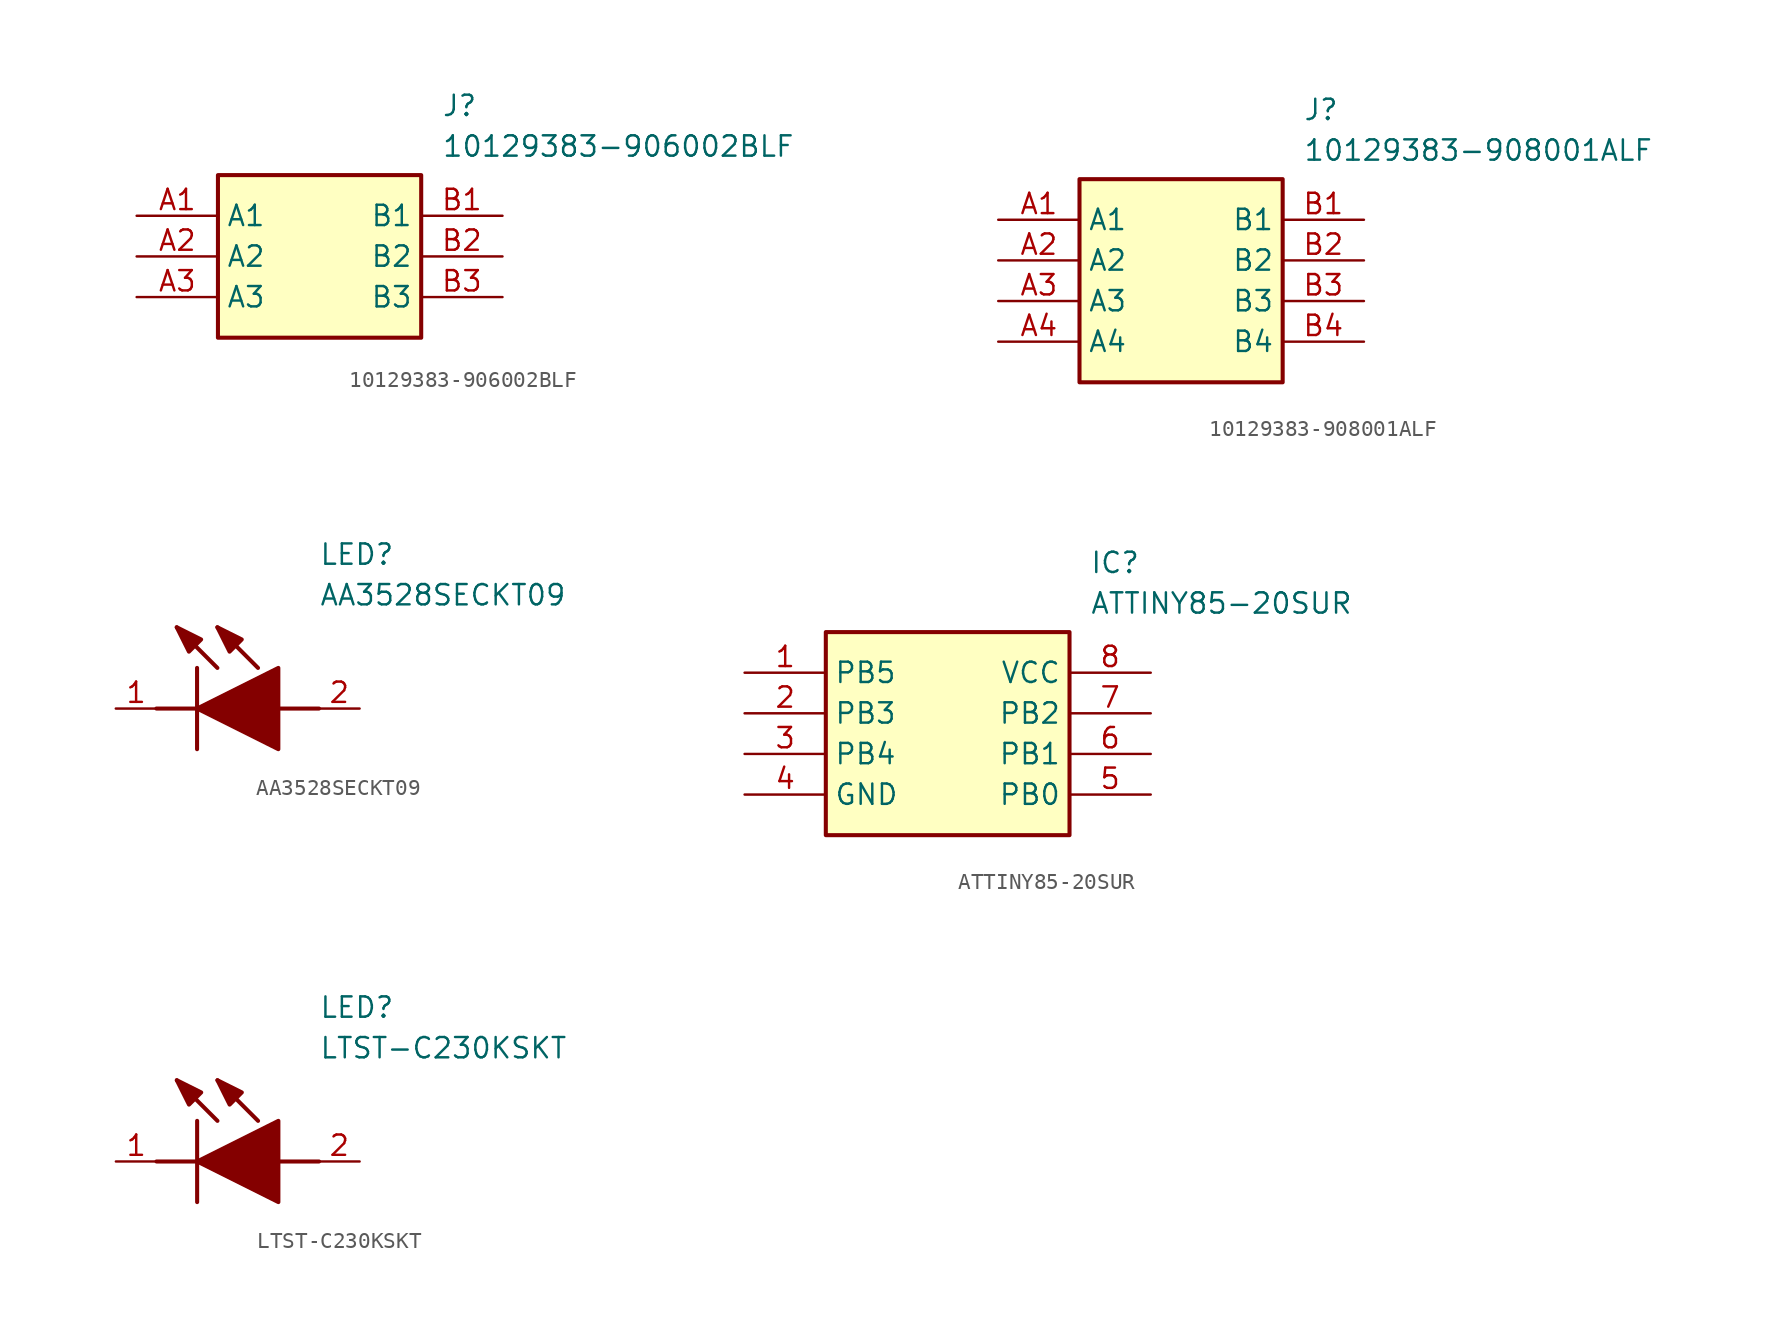
<source format=kicad_sym>
(kicad_symbol_lib
  (version 20220914)
  (generator SamacSys_ECAD_Model)
  (symbol "10129383-906002BLF"
    (property "Reference" "J"
      (at 19.05 7.62 0)
      (effects (font (size 1.27 1.27)) (justify left top)))
    (property "Value" "10129383-906002BLF"
      (at 19.05 5.08 0)
      (effects (font (size 1.27 1.27)) (justify left top)))
    (rectangle
      (start 5.08 2.54)
      (end 17.78 -7.62)
      (stroke (width 0.254) (type default))
      (fill (type background)))
    (pin passive line
      (at 0 0 0)
      (length 5.08)
      (name "A1" (effects (font (size 1.27 1.27))))
      (number "A1" (effects (font (size 1.27 1.27)))))
    (pin passive line
      (at 0 -2.54 0)
      (length 5.08)
      (name "A2" (effects (font (size 1.27 1.27))))
      (number "A2" (effects (font (size 1.27 1.27)))))
    (pin passive line
      (at 0 -5.08 0)
      (length 5.08)
      (name "A3" (effects (font (size 1.27 1.27))))
      (number "A3" (effects (font (size 1.27 1.27)))))
    (pin passive line
      (at 22.86 0 180)
      (length 5.08)
      (name "B1" (effects (font (size 1.27 1.27))))
      (number "B1" (effects (font (size 1.27 1.27)))))
    (pin passive line
      (at 22.86 -2.54 180)
      (length 5.08)
      (name "B2" (effects (font (size 1.27 1.27))))
      (number "B2" (effects (font (size 1.27 1.27)))))
    (pin passive line
      (at 22.86 -5.08 180)
      (length 5.08)
      (name "B3" (effects (font (size 1.27 1.27))))
      (number "B3" (effects (font (size 1.27 1.27))))))
  (symbol "10129383-908001ALF"
    (property "Reference" "J"
      (at 19.05 7.62 0)
      (effects (font (size 1.27 1.27)) (justify left top)))
    (property "Value" "10129383-908001ALF"
      (at 19.05 5.08 0)
      (effects (font (size 1.27 1.27)) (justify left top)))
    (rectangle
      (start 5.08 2.54)
      (end 17.78 -10.16)
      (stroke (width 0.254) (type default))
      (fill (type background)))
    (pin passive line
      (at 0 0 0)
      (length 5.08)
      (name "A1" (effects (font (size 1.27 1.27))))
      (number "A1" (effects (font (size 1.27 1.27)))))
    (pin passive line
      (at 0 -2.54 0)
      (length 5.08)
      (name "A2" (effects (font (size 1.27 1.27))))
      (number "A2" (effects (font (size 1.27 1.27)))))
    (pin passive line
      (at 0 -5.08 0)
      (length 5.08)
      (name "A3" (effects (font (size 1.27 1.27))))
      (number "A3" (effects (font (size 1.27 1.27)))))
    (pin passive line
      (at 0 -7.62 0)
      (length 5.08)
      (name "A4" (effects (font (size 1.27 1.27))))
      (number "A4" (effects (font (size 1.27 1.27)))))
    (pin passive line
      (at 22.86 0 180)
      (length 5.08)
      (name "B1" (effects (font (size 1.27 1.27))))
      (number "B1" (effects (font (size 1.27 1.27)))))
    (pin passive line
      (at 22.86 -2.54 180)
      (length 5.08)
      (name "B2" (effects (font (size 1.27 1.27))))
      (number "B2" (effects (font (size 1.27 1.27)))))
    (pin passive line
      (at 22.86 -5.08 180)
      (length 5.08)
      (name "B3" (effects (font (size 1.27 1.27))))
      (number "B3" (effects (font (size 1.27 1.27)))))
    (pin passive line
      (at 22.86 -7.62 180)
      (length 5.08)
      (name "B4" (effects (font (size 1.27 1.27))))
      (number "B4" (effects (font (size 1.27 1.27))))))
  (symbol "AA3528SECKT09"
    (pin_names hide)
    (property "Reference" "LED"
      (at 12.7 8.89 0)
      (effects (font (size 1.27 1.27)) (justify left bottom)))
    (property "Value" "AA3528SECKT09"
      (at 12.7 6.35 0)
      (effects (font (size 1.27 1.27)) (justify left bottom)))
    (polyline
      (pts (xy 5.08 2.54) (xy 5.08 -2.54))
      (stroke (width 0.254) (type default))
      (fill (type none)))
    (polyline
      (pts (xy 6.35 2.54) (xy 3.81 5.08))
      (stroke (width 0.254) (type default))
      (fill (type none)))
    (polyline
      (pts (xy 8.89 2.54) (xy 6.35 5.08))
      (stroke (width 0.254) (type default))
      (fill (type none)))
    (polyline
      (pts (xy 2.54 0) (xy 5.08 0))
      (stroke (width 0.254) (type default))
      (fill (type none)))
    (polyline
      (pts (xy 10.16 0) (xy 12.7 0))
      (stroke (width 0.254) (type default))
      (fill (type none)))
    (polyline
      (pts (xy 5.08 0) (xy 10.16 2.54) (xy 10.16 -2.54) (xy 5.08 0))
      (stroke (width 0.254) (type default))
      (fill (type outline)))
    (polyline
      (pts (xy 5.334 4.318) (xy 4.572 3.556) (xy 3.81 5.08) (xy 5.334 4.318))
      (stroke (width 0.254) (type default))
      (fill (type outline)))
    (polyline
      (pts (xy 7.874 4.318) (xy 7.112 3.556) (xy 6.35 5.08) (xy 7.874 4.318))
      (stroke (width 0.254) (type default))
      (fill (type outline)))
    (pin passive line
      (at 0 0 0)
      (length 2.54)
      (name "K" (effects (font (size 1.27 1.27))))
      (number "1" (effects (font (size 1.27 1.27)))))
    (pin passive line
      (at 15.24 0 180)
      (length 2.54)
      (name "A" (effects (font (size 1.27 1.27))))
      (number "2" (effects (font (size 1.27 1.27))))))
  (symbol "ATTINY85-20SUR"
    (property "Reference" "IC"
      (at 21.59 7.62 0)
      (effects (font (size 1.27 1.27)) (justify left top)))
    (property "Value" "ATTINY85-20SUR"
      (at 21.59 5.08 0)
      (effects (font (size 1.27 1.27)) (justify left top)))
    (rectangle
      (start 5.08 2.54)
      (end 20.32 -10.16)
      (stroke (width 0.254) (type default))
      (fill (type background)))
    (pin passive line
      (at 0 0 0)
      (length 5.08)
      (name "PB5" (effects (font (size 1.27 1.27))))
      (number "1" (effects (font (size 1.27 1.27)))))
    (pin passive line
      (at 0 -2.54 0)
      (length 5.08)
      (name "PB3" (effects (font (size 1.27 1.27))))
      (number "2" (effects (font (size 1.27 1.27)))))
    (pin passive line
      (at 0 -5.08 0)
      (length 5.08)
      (name "PB4" (effects (font (size 1.27 1.27))))
      (number "3" (effects (font (size 1.27 1.27)))))
    (pin passive line
      (at 0 -7.62 0)
      (length 5.08)
      (name "GND" (effects (font (size 1.27 1.27))))
      (number "4" (effects (font (size 1.27 1.27)))))
    (pin passive line
      (at 25.4 0 180)
      (length 5.08)
      (name "VCC" (effects (font (size 1.27 1.27))))
      (number "8" (effects (font (size 1.27 1.27)))))
    (pin passive line
      (at 25.4 -2.54 180)
      (length 5.08)
      (name "PB2" (effects (font (size 1.27 1.27))))
      (number "7" (effects (font (size 1.27 1.27)))))
    (pin passive line
      (at 25.4 -5.08 180)
      (length 5.08)
      (name "PB1" (effects (font (size 1.27 1.27))))
      (number "6" (effects (font (size 1.27 1.27)))))
    (pin passive line
      (at 25.4 -7.62 180)
      (length 5.08)
      (name "PB0" (effects (font (size 1.27 1.27))))
      (number "5" (effects (font (size 1.27 1.27))))))
  (symbol "LTST-C230KSKT"
    (pin_names hide)
    (property "Reference" "LED"
      (at 12.7 8.89 0)
      (effects (font (size 1.27 1.27)) (justify left bottom)))
    (property "Value" "LTST-C230KSKT"
      (at 12.7 6.35 0)
      (effects (font (size 1.27 1.27)) (justify left bottom)))
    (polyline
      (pts (xy 5.08 2.54) (xy 5.08 -2.54))
      (stroke (width 0.254) (type default))
      (fill (type none)))
    (polyline
      (pts (xy 6.35 2.54) (xy 3.81 5.08))
      (stroke (width 0.254) (type default))
      (fill (type none)))
    (polyline
      (pts (xy 8.89 2.54) (xy 6.35 5.08))
      (stroke (width 0.254) (type default))
      (fill (type none)))
    (polyline
      (pts (xy 2.54 0) (xy 5.08 0))
      (stroke (width 0.254) (type default))
      (fill (type none)))
    (polyline
      (pts (xy 10.16 0) (xy 12.7 0))
      (stroke (width 0.254) (type default))
      (fill (type none)))
    (polyline
      (pts (xy 5.08 0) (xy 10.16 2.54) (xy 10.16 -2.54) (xy 5.08 0))
      (stroke (width 0.254) (type default))
      (fill (type outline)))
    (polyline
      (pts (xy 5.334 4.318) (xy 4.572 3.556) (xy 3.81 5.08) (xy 5.334 4.318))
      (stroke (width 0.254) (type default))
      (fill (type outline)))
    (polyline
      (pts (xy 7.874 4.318) (xy 7.112 3.556) (xy 6.35 5.08) (xy 7.874 4.318))
      (stroke (width 0.254) (type default))
      (fill (type outline)))
    (pin passive line
      (at 0 0 0)
      (length 2.54)
      (name "K" (effects (font (size 1.27 1.27))))
      (number "1" (effects (font (size 1.27 1.27)))))
    (pin passive line
      (at 15.24 0 180)
      (length 2.54)
      (name "A" (effects (font (size 1.27 1.27))))
      (number "2" (effects (font (size 1.27 1.27)))))))
</source>
